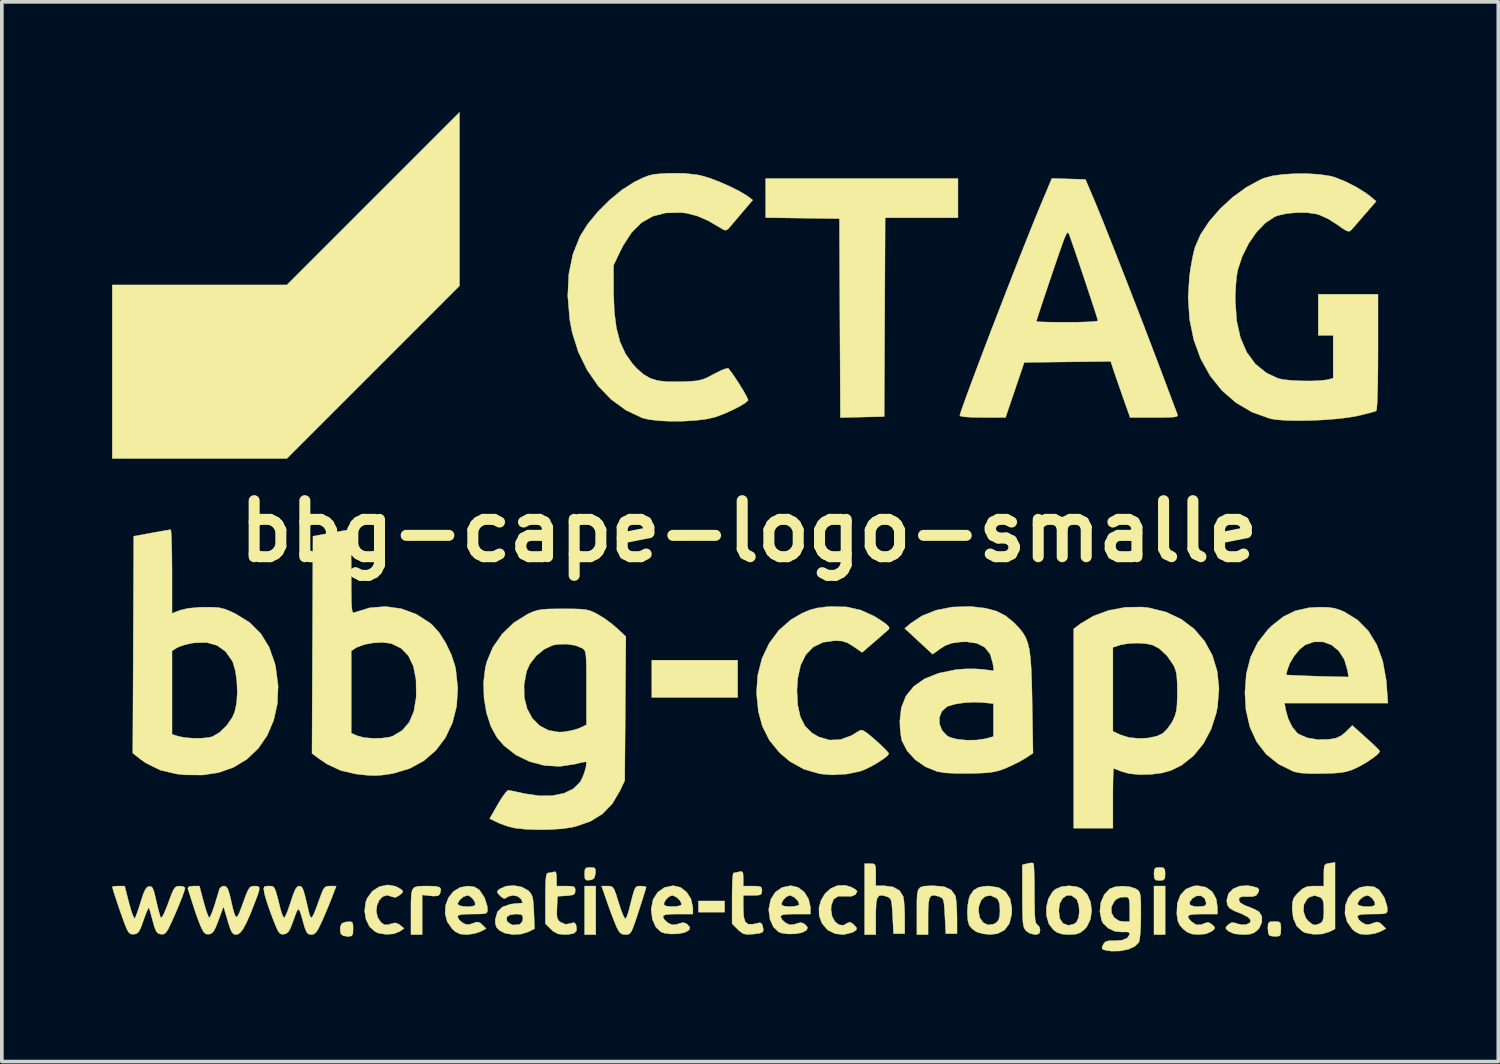
<source format=kicad_pcb>
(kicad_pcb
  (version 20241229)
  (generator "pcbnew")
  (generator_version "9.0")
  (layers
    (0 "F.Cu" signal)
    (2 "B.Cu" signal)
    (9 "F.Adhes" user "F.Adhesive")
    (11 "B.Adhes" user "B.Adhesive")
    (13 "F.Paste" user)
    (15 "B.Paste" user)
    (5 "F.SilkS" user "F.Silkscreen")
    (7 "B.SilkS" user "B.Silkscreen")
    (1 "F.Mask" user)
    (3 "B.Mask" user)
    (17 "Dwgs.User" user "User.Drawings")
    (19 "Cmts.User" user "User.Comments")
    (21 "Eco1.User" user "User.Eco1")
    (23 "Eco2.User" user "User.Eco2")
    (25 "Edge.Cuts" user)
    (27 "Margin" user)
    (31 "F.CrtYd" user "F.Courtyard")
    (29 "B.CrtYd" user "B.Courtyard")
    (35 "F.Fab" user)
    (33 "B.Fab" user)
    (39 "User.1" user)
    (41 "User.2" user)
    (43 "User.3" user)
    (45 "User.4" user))
  (footprint "bbg-cape-logo-smalle"
    (layer "F.Cu")
    (at 17.328 11.409)
    (property "Reference" "bbg-cape-logo-smalle" (at 0 0 0) (layer "F.SilkS") (effects (font (size 1.524 1.524) (thickness 0.3))))
    (attr through_hole)
    (fp_poly (pts (xy -4.166 10.973) (xy -4.47 10.973) (xy -4.47 9.652) (xy -4.166 9.652) (xy -4.166 10.973)) (stroke (width 0.01) (type solid)) (fill yes) (layer "F.SilkS"))
    (fp_poly (pts (xy -0.66 10.363) (xy -1.372 10.363) (xy -1.372 10.058) (xy -0.66 10.058) (xy -0.66 10.363)) (stroke (width 0.01) (type solid)) (fill yes) (layer "F.SilkS"))
    (fp_poly (pts (xy -0.305 4.521) (xy -2.642 4.521) (xy -2.642 3.505) (xy -0.305 3.505) (xy -0.305 4.521)) (stroke (width 0.01) (type solid)) (fill yes) (layer "F.SilkS"))
    (fp_poly (pts (xy 11.328 10.973) (xy 11.024 10.973) (xy 11.024 9.652) (xy 11.328 9.652) (xy 11.328 10.973)) (stroke (width 0.01) (type solid)) (fill yes) (layer "F.SilkS"))
    (fp_poly (pts (xy -7.874 -9.042) (xy -7.874 -6.681) (xy -10.223 -4.331) (xy -12.573 -1.981) (xy -17.323 -1.981) (xy -17.323 -6.706) (xy -12.573 -6.706) (xy -10.224 -9.055) (xy -7.874 -11.404) (xy -7.874 -9.042)) (stroke (width 0.01) (type solid)) (fill yes) (layer "F.SilkS"))
    (fp_poly (pts (xy 5.69 -8.534) (xy 3.709 -8.534) (xy 3.683 -3.124) (xy 3.087 -3.11) (xy 2.49 -3.096) (xy 2.477 -5.802) (xy 2.464 -8.509) (xy 0.457 -8.537) (xy 0.457 -9.601) (xy 5.69 -9.601) (xy 5.69 -8.534)) (stroke (width 0.01) (type solid)) (fill yes) (layer "F.SilkS"))
    (fp_poly (pts (xy 11.278 9.154) (xy 11.32 9.204) (xy 11.328 9.322) (xy 11.32 9.441) (xy 11.277 9.49) (xy 11.176 9.5) (xy 11.074 9.49) (xy 11.032 9.439) (xy 11.024 9.322) (xy 11.032 9.202) (xy 11.075 9.153) (xy 11.176 9.144) (xy 11.278 9.154)) (stroke (width 0.01) (type solid)) (fill yes) (layer "F.SilkS"))
    (fp_poly (pts (xy -4.209 9.153) (xy -4.172 9.202) (xy -4.175 9.309) (xy -4.202 9.428) (xy -4.269 9.479) (xy -4.331 9.49) (xy -4.424 9.492) (xy -4.462 9.447) (xy -4.47 9.331) (xy -4.47 9.325) (xy -4.462 9.204) (xy -4.421 9.154) (xy -4.319 9.144) (xy -4.315 9.144) (xy -4.209 9.153)) (stroke (width 0.01) (type solid)) (fill yes) (layer "F.SilkS"))
    (fp_poly (pts (xy -10.782 10.655) (xy -10.77 10.751) (xy -10.77 10.817) (xy -10.775 10.949) (xy -10.807 11.008) (xy -10.886 11.023) (xy -10.924 11.024) (xy -11.043 11.002) (xy -11.105 10.951) (xy -11.121 10.844) (xy -11.117 10.761) (xy -11.079 10.672) (xy -10.98 10.632) (xy -10.935 10.627) (xy -10.83 10.622) (xy -10.782 10.655)) (stroke (width 0.01) (type solid)) (fill yes) (layer "F.SilkS"))
    (fp_poly (pts (xy 14.414 10.623) (xy 14.465 10.661) (xy 14.478 10.76) (xy 14.478 10.82) (xy 14.472 10.951) (xy 14.439 11.009) (xy 14.36 11.023) (xy 14.334 11.024) (xy 14.218 11.013) (xy 14.156 10.99) (xy 14.133 10.92) (xy 14.122 10.797) (xy 14.122 10.787) (xy 14.131 10.673) (xy 14.177 10.626) (xy 14.292 10.617) (xy 14.3 10.617) (xy 14.414 10.623)) (stroke (width 0.01) (type solid)) (fill yes) (layer "F.SilkS"))
    (fp_poly (pts (xy -8.708 9.652) (xy -8.517 9.659) (xy -8.413 9.686) (xy -8.379 9.744) (xy -8.401 9.845) (xy -8.41 9.87) (xy -8.46 9.916) (xy -8.573 9.926) (xy -8.664 9.918) (xy -8.89 9.893) (xy -8.89 10.973) (xy -9.195 10.973) (xy -9.195 10.343) (xy -9.194 10.067) (xy -9.186 9.876) (xy -9.158 9.754) (xy -9.1 9.687) (xy -9 9.658) (xy -8.847 9.652) (xy -8.708 9.652)) (stroke (width 0.01) (type solid)) (fill yes) (layer "F.SilkS"))
    (fp_poly (pts (xy 7.744 9.031) (xy 7.754 9.089) (xy 7.762 9.231) (xy 7.768 9.438) (xy 7.772 9.694) (xy 7.772 9.865) (xy 7.774 10.176) (xy 7.779 10.4) (xy 7.789 10.551) (xy 7.806 10.642) (xy 7.83 10.688) (xy 7.849 10.7) (xy 7.908 10.768) (xy 7.925 10.851) (xy 7.906 10.94) (xy 7.829 10.971) (xy 7.78 10.973) (xy 7.63 10.933) (xy 7.539 10.866) (xy 7.503 10.817) (xy 7.477 10.752) (xy 7.46 10.654) (xy 7.449 10.508) (xy 7.444 10.297) (xy 7.442 10.004) (xy 7.442 9.917) (xy 7.442 9.075) (xy 7.579 9.039) (xy 7.688 9.021) (xy 7.744 9.031)) (stroke (width 0.01) (type solid)) (fill yes) (layer "F.SilkS"))
    (fp_poly (pts (xy 5.317 9.67) (xy 5.502 9.755) (xy 5.61 9.901) (xy 5.625 9.945) (xy 5.643 10.06) (xy 5.656 10.243) (xy 5.663 10.458) (xy 5.664 10.516) (xy 5.664 10.947) (xy 5.359 10.947) (xy 5.334 10.466) (xy 5.321 10.242) (xy 5.306 10.098) (xy 5.282 10.014) (xy 5.244 9.969) (xy 5.185 9.941) (xy 5.175 9.937) (xy 5.051 9.904) (xy 4.967 9.914) (xy 4.915 9.981) (xy 4.888 10.117) (xy 4.878 10.336) (xy 4.877 10.463) (xy 4.877 10.973) (xy 4.572 10.973) (xy 4.572 10.341) (xy 4.572 10.065) (xy 4.581 9.874) (xy 4.609 9.753) (xy 4.666 9.685) (xy 4.765 9.655) (xy 4.916 9.646) (xy 5.051 9.645) (xy 5.317 9.67)) (stroke (width 0.01) (type solid)) (fill yes) (layer "F.SilkS"))
    (fp_poly (pts (xy 3.387 9.046) (xy 3.432 9.075) (xy 3.451 9.152) (xy 3.454 9.301) (xy 3.454 9.343) (xy 3.454 9.644) (xy 3.685 9.644) (xy 3.926 9.678) (xy 4.101 9.777) (xy 4.199 9.933) (xy 4.202 9.945) (xy 4.22 10.06) (xy 4.234 10.243) (xy 4.241 10.458) (xy 4.241 10.516) (xy 4.242 10.947) (xy 3.937 10.947) (xy 3.912 10.466) (xy 3.898 10.242) (xy 3.883 10.098) (xy 3.86 10.014) (xy 3.821 9.969) (xy 3.762 9.941) (xy 3.752 9.937) (xy 3.629 9.904) (xy 3.545 9.914) (xy 3.492 9.981) (xy 3.465 10.117) (xy 3.455 10.336) (xy 3.454 10.463) (xy 3.454 10.973) (xy 3.15 10.973) (xy 3.15 9.042) (xy 3.302 9.042) (xy 3.387 9.046)) (stroke (width 0.01) (type solid)) (fill yes) (layer "F.SilkS"))
    (fp_poly (pts (xy -9.616 9.657) (xy -9.479 9.731) (xy -9.417 9.785) (xy -9.426 9.83) (xy -9.503 9.898) (xy -9.612 9.962) (xy -9.7 9.946) (xy -9.706 9.943) (xy -9.844 9.901) (xy -9.964 9.939) (xy -10.059 10.038) (xy -10.12 10.178) (xy -10.138 10.338) (xy -10.105 10.498) (xy -10.013 10.638) (xy -10 10.649) (xy -9.91 10.708) (xy -9.808 10.702) (xy -9.751 10.683) (xy -9.627 10.653) (xy -9.531 10.686) (xy -9.492 10.715) (xy -9.382 10.804) (xy -9.503 10.888) (xy -9.664 10.952) (xy -9.87 10.967) (xy -10.073 10.935) (xy -10.166 10.896) (xy -10.32 10.759) (xy -10.419 10.56) (xy -10.456 10.327) (xy -10.425 10.087) (xy -10.384 9.98) (xy -10.245 9.79) (xy -10.054 9.668) (xy -9.836 9.621) (xy -9.616 9.657)) (stroke (width 0.01) (type solid)) (fill yes) (layer "F.SilkS"))
    (fp_poly (pts (xy 2.767 9.673) (xy 2.882 9.733) (xy 2.943 9.786) (xy 2.946 9.796) (xy 2.902 9.884) (xy 2.786 9.932) (xy 2.624 9.929) (xy 2.618 9.928) (xy 2.432 9.928) (xy 2.308 10.008) (xy 2.245 10.169) (xy 2.235 10.295) (xy 2.265 10.479) (xy 2.344 10.621) (xy 2.453 10.706) (xy 2.575 10.72) (xy 2.681 10.659) (xy 2.746 10.631) (xy 2.831 10.681) (xy 2.844 10.692) (xy 2.929 10.785) (xy 2.927 10.847) (xy 2.834 10.906) (xy 2.817 10.914) (xy 2.584 10.973) (xy 2.35 10.95) (xy 2.149 10.851) (xy 2.138 10.842) (xy 1.986 10.661) (xy 1.912 10.455) (xy 1.908 10.242) (xy 1.965 10.037) (xy 2.073 9.857) (xy 2.226 9.719) (xy 2.412 9.638) (xy 2.624 9.632) (xy 2.767 9.673)) (stroke (width 0.01) (type solid)) (fill yes) (layer "F.SilkS"))
    (fp_poly (pts (xy -5.237 9.327) (xy -5.232 9.443) (xy -5.232 9.652) (xy -4.978 9.652) (xy -4.828 9.656) (xy -4.752 9.677) (xy -4.727 9.728) (xy -4.724 9.776) (xy -4.735 9.852) (xy -4.784 9.892) (xy -4.898 9.911) (xy -4.966 9.916) (xy -5.207 9.931) (xy -5.222 10.246) (xy -5.226 10.424) (xy -5.213 10.53) (xy -5.173 10.596) (xy -5.115 10.641) (xy -4.985 10.694) (xy -4.859 10.671) (xy -4.76 10.645) (xy -4.713 10.686) (xy -4.693 10.751) (xy -4.688 10.866) (xy -4.753 10.935) (xy -4.898 10.967) (xy -5.02 10.972) (xy -5.191 10.955) (xy -5.321 10.886) (xy -5.389 10.824) (xy -5.537 10.676) (xy -5.537 9.986) (xy -5.535 9.702) (xy -5.529 9.505) (xy -5.516 9.381) (xy -5.496 9.316) (xy -5.467 9.296) (xy -5.465 9.296) (xy -5.353 9.279) (xy -5.313 9.266) (xy -5.261 9.264) (xy -5.237 9.327)) (stroke (width 0.01) (type solid)) (fill yes) (layer "F.SilkS"))
    (fp_poly (pts (xy -0.161 9.293) (xy -0.153 9.403) (xy -0.152 9.443) (xy -0.152 9.652) (xy 0.102 9.652) (xy 0.252 9.656) (xy 0.328 9.677) (xy 0.353 9.728) (xy 0.356 9.779) (xy 0.347 9.854) (xy 0.305 9.892) (xy 0.204 9.905) (xy 0.102 9.906) (xy -0.152 9.906) (xy -0.152 10.26) (xy -0.14 10.488) (xy -0.097 10.628) (xy -0.013 10.691) (xy 0.121 10.689) (xy 0.192 10.671) (xy 0.302 10.649) (xy 0.354 10.682) (xy 0.379 10.755) (xy 0.396 10.851) (xy 0.373 10.907) (xy 0.291 10.938) (xy 0.129 10.959) (xy 0.105 10.961) (xy -0.055 10.969) (xy -0.161 10.945) (xy -0.257 10.875) (xy -0.302 10.831) (xy -0.457 10.676) (xy -0.457 9.986) (xy -0.455 9.735) (xy -0.447 9.524) (xy -0.437 9.373) (xy -0.423 9.3) (xy -0.419 9.296) (xy -0.344 9.283) (xy -0.267 9.264) (xy -0.194 9.254) (xy -0.161 9.293)) (stroke (width 0.01) (type solid)) (fill yes) (layer "F.SilkS"))
    (fp_poly (pts (xy 6.797 9.692) (xy 6.986 9.808) (xy 7.107 9.996) (xy 7.156 10.252) (xy 7.15 10.424) (xy 7.088 10.674) (xy 6.957 10.85) (xy 6.761 10.949) (xy 6.565 10.971) (xy 6.387 10.953) (xy 6.228 10.912) (xy 6.186 10.894) (xy 6.068 10.808) (xy 5.996 10.721) (xy 5.958 10.585) (xy 5.945 10.392) (xy 5.948 10.324) (xy 6.248 10.324) (xy 6.284 10.514) (xy 6.377 10.647) (xy 6.508 10.709) (xy 6.66 10.689) (xy 6.734 10.647) (xy 6.798 10.571) (xy 6.827 10.448) (xy 6.833 10.312) (xy 6.822 10.135) (xy 6.783 10.028) (xy 6.734 9.978) (xy 6.576 9.909) (xy 6.434 9.932) (xy 6.323 10.033) (xy 6.259 10.204) (xy 6.248 10.324) (xy 5.948 10.324) (xy 5.955 10.181) (xy 5.988 9.995) (xy 6.02 9.905) (xy 6.119 9.765) (xy 6.253 9.686) (xy 6.448 9.654) (xy 6.543 9.652) (xy 6.797 9.692)) (stroke (width 0.01) (type solid)) (fill yes) (layer "F.SilkS"))
    (fp_poly (pts (xy 8.926 9.671) (xy 9.059 9.727) (xy 9.208 9.881) (xy 9.299 10.09) (xy 9.328 10.326) (xy 9.294 10.559) (xy 9.195 10.762) (xy 9.134 10.83) (xy 9.02 10.919) (xy 8.899 10.961) (xy 8.725 10.973) (xy 8.711 10.973) (xy 8.521 10.96) (xy 8.386 10.914) (xy 8.287 10.844) (xy 8.162 10.678) (xy 8.099 10.461) (xy 8.097 10.317) (xy 8.433 10.317) (xy 8.46 10.533) (xy 8.544 10.666) (xy 8.686 10.718) (xy 8.712 10.719) (xy 8.842 10.686) (xy 8.912 10.639) (xy 8.969 10.523) (xy 8.992 10.355) (xy 8.979 10.178) (xy 8.932 10.034) (xy 8.908 9.999) (xy 8.777 9.909) (xy 8.648 9.909) (xy 8.537 9.986) (xy 8.459 10.131) (xy 8.433 10.317) (xy 8.097 10.317) (xy 8.096 10.224) (xy 8.151 9.997) (xy 8.264 9.808) (xy 8.336 9.741) (xy 8.505 9.668) (xy 8.716 9.645) (xy 8.926 9.671)) (stroke (width 0.01) (type solid)) (fill yes) (layer "F.SilkS"))
    (fp_poly (pts (xy -2.944 9.652) (xy -2.838 9.66) (xy -2.794 9.68) (xy -2.794 9.68) (xy -2.809 9.736) (xy -2.85 9.869) (xy -2.91 10.061) (xy -2.985 10.294) (xy -3 10.34) (xy -3.084 10.597) (xy -3.147 10.773) (xy -3.195 10.883) (xy -3.239 10.943) (xy -3.286 10.968) (xy -3.346 10.973) (xy -3.357 10.973) (xy -3.454 10.96) (xy -3.522 10.908) (xy -3.588 10.79) (xy -3.614 10.732) (xy -3.682 10.566) (xy -3.765 10.346) (xy -3.848 10.115) (xy -3.863 10.071) (xy -4.007 9.652) (xy -3.844 9.652) (xy -3.767 9.656) (xy -3.712 9.679) (xy -3.668 9.739) (xy -3.621 9.856) (xy -3.561 10.047) (xy -3.541 10.111) (xy -3.477 10.306) (xy -3.418 10.454) (xy -3.374 10.535) (xy -3.358 10.544) (xy -3.321 10.483) (xy -3.277 10.357) (xy -3.255 10.275) (xy -3.191 10.018) (xy -3.144 9.844) (xy -3.107 9.736) (xy -3.071 9.679) (xy -3.028 9.656) (xy -2.97 9.652) (xy -2.944 9.652)) (stroke (width 0.01) (type solid)) (fill yes) (layer "F.SilkS"))
    (fp_poly (pts (xy 15.951 10.818) (xy 15.801 10.895) (xy 15.602 10.956) (xy 15.369 10.966) (xy 15.151 10.926) (xy 15.076 10.893) (xy 14.912 10.748) (xy 14.814 10.529) (xy 14.792 10.342) (xy 15.091 10.342) (xy 15.153 10.519) (xy 15.212 10.594) (xy 15.329 10.691) (xy 15.427 10.713) (xy 15.548 10.666) (xy 15.548 10.666) (xy 15.605 10.616) (xy 15.636 10.527) (xy 15.646 10.371) (xy 15.646 10.312) (xy 15.64 10.133) (xy 15.616 10.028) (xy 15.567 9.97) (xy 15.548 9.959) (xy 15.389 9.909) (xy 15.252 9.954) (xy 15.189 10.008) (xy 15.102 10.16) (xy 15.091 10.342) (xy 14.792 10.342) (xy 14.783 10.259) (xy 14.792 10.089) (xy 14.832 9.971) (xy 14.923 9.857) (xy 14.956 9.825) (xy 15.077 9.718) (xy 15.19 9.667) (xy 15.345 9.652) (xy 15.387 9.652) (xy 15.646 9.652) (xy 15.646 9.353) (xy 15.649 9.186) (xy 15.665 9.094) (xy 15.706 9.052) (xy 15.786 9.033) (xy 15.799 9.032) (xy 15.951 9.009) (xy 15.951 10.818)) (stroke (width 0.01) (type solid)) (fill yes) (layer "F.SilkS"))
    (fp_poly (pts (xy 12.439 9.685) (xy 12.611 9.808) (xy 12.718 10.002) (xy 12.751 10.234) (xy 12.751 10.414) (xy 12.344 10.414) (xy 12.123 10.419) (xy 11.994 10.439) (xy 11.948 10.479) (xy 11.976 10.546) (xy 12.04 10.617) (xy 12.173 10.706) (xy 12.318 10.701) (xy 12.403 10.664) (xy 12.501 10.638) (xy 12.596 10.691) (xy 12.607 10.701) (xy 12.675 10.77) (xy 12.668 10.819) (xy 12.597 10.883) (xy 12.438 10.953) (xy 12.238 10.973) (xy 12.058 10.958) (xy 11.924 10.903) (xy 11.829 10.829) (xy 11.729 10.723) (xy 11.675 10.606) (xy 11.648 10.436) (xy 11.645 10.405) (xy 11.658 10.125) (xy 11.669 10.094) (xy 11.99 10.094) (xy 12.007 10.168) (xy 12.118 10.206) (xy 12.217 10.211) (xy 12.362 10.203) (xy 12.43 10.174) (xy 12.446 10.119) (xy 12.406 9.991) (xy 12.307 9.92) (xy 12.181 9.919) (xy 12.069 9.986) (xy 11.99 10.094) (xy 11.669 10.094) (xy 11.742 9.899) (xy 11.89 9.738) (xy 12.093 9.653) (xy 12.21 9.642) (xy 12.439 9.685)) (stroke (width 0.01) (type solid)) (fill yes) (layer "F.SilkS"))
    (fp_poly (pts (xy 13.709 9.662) (xy 13.835 9.7) (xy 13.882 9.74) (xy 13.87 9.806) (xy 13.859 9.83) (xy 13.81 9.903) (xy 13.729 9.935) (xy 13.582 9.939) (xy 13.57 9.939) (xy 13.425 9.94) (xy 13.355 9.963) (xy 13.335 10.018) (xy 13.335 10.029) (xy 13.369 10.105) (xy 13.483 10.173) (xy 13.57 10.206) (xy 13.727 10.269) (xy 13.853 10.333) (xy 13.887 10.357) (xy 13.959 10.477) (xy 13.96 10.633) (xy 13.894 10.789) (xy 13.845 10.848) (xy 13.747 10.925) (xy 13.627 10.963) (xy 13.447 10.973) (xy 13.445 10.973) (xy 13.214 10.952) (xy 13.064 10.888) (xy 13.057 10.883) (xy 12.982 10.814) (xy 12.983 10.765) (xy 13.045 10.703) (xy 13.138 10.644) (xy 13.237 10.657) (xy 13.274 10.673) (xy 13.422 10.706) (xy 13.538 10.698) (xy 13.641 10.647) (xy 13.652 10.575) (xy 13.576 10.494) (xy 13.418 10.411) (xy 13.386 10.399) (xy 13.193 10.321) (xy 13.078 10.25) (xy 13.022 10.169) (xy 13.005 10.058) (xy 13.005 10.035) (xy 13.05 9.861) (xy 13.172 9.731) (xy 13.353 9.653) (xy 13.575 9.639) (xy 13.709 9.662)) (stroke (width 0.01) (type solid)) (fill yes) (layer "F.SilkS"))
    (fp_poly (pts (xy -1.859 9.689) (xy -1.694 9.816) (xy -1.576 10.002) (xy -1.525 10.226) (xy -1.524 10.259) (xy -1.524 10.414) (xy -1.93 10.414) (xy -2.14 10.418) (xy -2.265 10.431) (xy -2.325 10.457) (xy -2.337 10.489) (xy -2.298 10.568) (xy -2.205 10.651) (xy -2.089 10.706) (xy -1.976 10.698) (xy -1.916 10.678) (xy -1.793 10.645) (xy -1.708 10.669) (xy -1.665 10.704) (xy -1.603 10.775) (xy -1.619 10.833) (xy -1.647 10.863) (xy -1.758 10.92) (xy -1.929 10.951) (xy -2.122 10.957) (xy -2.298 10.934) (xy -2.393 10.9) (xy -2.533 10.766) (xy -2.624 10.562) (xy -2.658 10.313) (xy -2.657 10.271) (xy -2.625 10.114) (xy -2.309 10.114) (xy -2.306 10.168) (xy -2.243 10.198) (xy -2.125 10.211) (xy -1.992 10.207) (xy -1.881 10.188) (xy -1.829 10.155) (xy -1.829 10.151) (xy -1.87 10.051) (xy -1.965 9.957) (xy -2.072 9.907) (xy -2.088 9.906) (xy -2.175 9.941) (xy -2.259 10.023) (xy -2.309 10.114) (xy -2.625 10.114) (xy -2.606 10.018) (xy -2.481 9.82) (xy -2.296 9.69) (xy -2.063 9.642) (xy -2.055 9.642) (xy -1.859 9.689)) (stroke (width 0.01) (type solid)) (fill yes) (layer "F.SilkS"))
    (fp_poly (pts (xy 1.341 9.689) (xy 1.507 9.816) (xy 1.624 10.002) (xy 1.676 10.226) (xy 1.676 10.259) (xy 1.676 10.414) (xy 1.27 10.414) (xy 1.061 10.418) (xy 0.935 10.431) (xy 0.876 10.457) (xy 0.864 10.489) (xy 0.903 10.568) (xy 0.996 10.651) (xy 1.111 10.706) (xy 1.224 10.698) (xy 1.285 10.678) (xy 1.407 10.645) (xy 1.492 10.669) (xy 1.535 10.704) (xy 1.597 10.775) (xy 1.581 10.833) (xy 1.554 10.863) (xy 1.443 10.92) (xy 1.272 10.951) (xy 1.078 10.957) (xy 0.902 10.934) (xy 0.807 10.9) (xy 0.668 10.766) (xy 0.576 10.562) (xy 0.542 10.313) (xy 0.543 10.271) (xy 0.575 10.114) (xy 0.891 10.114) (xy 0.894 10.168) (xy 0.958 10.198) (xy 1.075 10.211) (xy 1.208 10.207) (xy 1.32 10.188) (xy 1.371 10.155) (xy 1.372 10.151) (xy 1.331 10.051) (xy 1.236 9.957) (xy 1.128 9.907) (xy 1.113 9.906) (xy 1.025 9.941) (xy 0.941 10.023) (xy 0.891 10.114) (xy 0.575 10.114) (xy 0.594 10.018) (xy 0.719 9.82) (xy 0.904 9.69) (xy 1.137 9.642) (xy 1.145 9.642) (xy 1.341 9.689)) (stroke (width 0.01) (type solid)) (fill yes) (layer "F.SilkS"))
    (fp_poly (pts (xy -7.47 9.674) (xy -7.344 9.75) (xy -7.327 9.766) (xy -7.194 9.966) (xy -7.12 10.197) (xy -7.112 10.29) (xy -7.117 10.352) (xy -7.145 10.388) (xy -7.217 10.407) (xy -7.353 10.413) (xy -7.518 10.414) (xy -7.728 10.418) (xy -7.853 10.431) (xy -7.913 10.457) (xy -7.925 10.489) (xy -7.886 10.569) (xy -7.798 10.647) (xy -7.69 10.7) (xy -7.586 10.693) (xy -7.514 10.666) (xy -7.398 10.629) (xy -7.319 10.65) (xy -7.254 10.706) (xy -7.15 10.811) (xy -7.306 10.892) (xy -7.459 10.944) (xy -7.644 10.971) (xy -7.69 10.973) (xy -7.86 10.957) (xy -7.987 10.894) (xy -8.069 10.821) (xy -8.207 10.623) (xy -8.266 10.403) (xy -8.253 10.179) (xy -8.24 10.142) (xy -7.925 10.142) (xy -7.881 10.181) (xy -7.773 10.206) (xy -7.641 10.213) (xy -7.52 10.203) (xy -7.449 10.171) (xy -7.447 10.168) (xy -7.452 10.094) (xy -7.512 10.001) (xy -7.596 9.927) (xy -7.657 9.906) (xy -7.765 9.942) (xy -7.867 10.027) (xy -7.923 10.125) (xy -7.925 10.142) (xy -8.24 10.142) (xy -8.176 9.972) (xy -8.042 9.802) (xy -7.857 9.689) (xy -7.65 9.652) (xy -7.47 9.674)) (stroke (width 0.01) (type solid)) (fill yes) (layer "F.SilkS"))
    (fp_poly (pts (xy -6.178 9.678) (xy -6.008 9.772) (xy -5.994 9.784) (xy -5.932 9.855) (xy -5.892 9.938) (xy -5.869 10.058) (xy -5.855 10.242) (xy -5.85 10.36) (xy -5.832 10.813) (xy -5.987 10.893) (xy -6.189 10.958) (xy -6.417 10.972) (xy -6.631 10.937) (xy -6.778 10.865) (xy -6.868 10.774) (xy -6.901 10.667) (xy -6.899 10.553) (xy -6.884 10.502) (xy -6.591 10.502) (xy -6.584 10.597) (xy -6.553 10.643) (xy -6.434 10.712) (xy -6.271 10.703) (xy -6.227 10.688) (xy -6.165 10.619) (xy -6.147 10.536) (xy -6.159 10.457) (xy -6.213 10.422) (xy -6.339 10.414) (xy -6.352 10.414) (xy -6.511 10.438) (xy -6.591 10.502) (xy -6.884 10.502) (xy -6.843 10.356) (xy -6.707 10.221) (xy -6.491 10.146) (xy -6.397 10.134) (xy -6.258 10.121) (xy -6.171 10.113) (xy -6.158 10.112) (xy -6.167 10.072) (xy -6.198 10.008) (xy -6.289 9.931) (xy -6.423 9.906) (xy -6.553 9.937) (xy -6.594 9.968) (xy -6.656 9.996) (xy -6.734 9.949) (xy -6.768 9.917) (xy -6.841 9.837) (xy -6.845 9.788) (xy -6.782 9.732) (xy -6.78 9.73) (xy -6.605 9.654) (xy -6.391 9.638) (xy -6.178 9.678)) (stroke (width 0.01) (type solid)) (fill yes) (layer "F.SilkS"))
    (fp_poly (pts (xy 17.016 9.674) (xy 17.142 9.75) (xy 17.158 9.766) (xy 17.292 9.966) (xy 17.366 10.197) (xy 17.374 10.29) (xy 17.369 10.352) (xy 17.341 10.388) (xy 17.269 10.407) (xy 17.132 10.413) (xy 16.967 10.414) (xy 16.758 10.418) (xy 16.632 10.431) (xy 16.573 10.457) (xy 16.561 10.489) (xy 16.6 10.569) (xy 16.688 10.647) (xy 16.796 10.7) (xy 16.9 10.693) (xy 16.971 10.666) (xy 17.088 10.629) (xy 17.167 10.65) (xy 17.231 10.706) (xy 17.336 10.811) (xy 17.18 10.892) (xy 17.027 10.944) (xy 16.842 10.971) (xy 16.796 10.973) (xy 16.625 10.957) (xy 16.498 10.894) (xy 16.417 10.821) (xy 16.279 10.623) (xy 16.22 10.403) (xy 16.232 10.179) (xy 16.246 10.142) (xy 16.561 10.142) (xy 16.605 10.181) (xy 16.712 10.206) (xy 16.845 10.213) (xy 16.966 10.203) (xy 17.036 10.171) (xy 17.038 10.168) (xy 17.033 10.094) (xy 16.974 10.001) (xy 16.89 9.927) (xy 16.829 9.906) (xy 16.721 9.942) (xy 16.619 10.027) (xy 16.563 10.125) (xy 16.561 10.142) (xy 16.246 10.142) (xy 16.309 9.972) (xy 16.444 9.802) (xy 16.628 9.689) (xy 16.835 9.652) (xy 17.016 9.674)) (stroke (width 0.01) (type solid)) (fill yes) (layer "F.SilkS"))
    (fp_poly (pts (xy 10.364 9.671) (xy 10.527 9.724) (xy 10.543 9.734) (xy 10.595 9.772) (xy 10.63 9.819) (xy 10.652 9.893) (xy 10.663 10.013) (xy 10.667 10.198) (xy 10.668 10.449) (xy 10.664 10.709) (xy 10.652 10.933) (xy 10.634 11.1) (xy 10.613 11.184) (xy 10.503 11.293) (xy 10.322 11.374) (xy 10.099 11.419) (xy 9.86 11.423) (xy 9.69 11.395) (xy 9.617 11.366) (xy 9.611 11.313) (xy 9.653 11.225) (xy 9.708 11.165) (xy 9.807 11.14) (xy 9.95 11.14) (xy 10.156 11.125) (xy 10.298 11.066) (xy 10.361 10.968) (xy 10.363 10.946) (xy 10.326 10.904) (xy 10.206 10.901) (xy 10.173 10.904) (xy 9.968 10.887) (xy 9.778 10.799) (xy 9.637 10.66) (xy 9.6 10.588) (xy 9.551 10.344) (xy 9.565 10.224) (xy 9.864 10.224) (xy 9.869 10.383) (xy 9.946 10.518) (xy 10.083 10.602) (xy 10.188 10.617) (xy 10.363 10.617) (xy 10.363 10.287) (xy 10.359 10.105) (xy 10.343 10.003) (xy 10.309 9.959) (xy 10.274 9.951) (xy 10.111 9.956) (xy 9.999 10.012) (xy 9.944 10.067) (xy 9.864 10.224) (xy 9.565 10.224) (xy 9.578 10.099) (xy 9.673 9.882) (xy 9.815 9.731) (xy 9.963 9.674) (xy 10.161 9.654) (xy 10.364 9.671)) (stroke (width 0.01) (type solid)) (fill yes) (layer "F.SilkS"))
    (fp_poly (pts (xy -14.837 10.084) (xy -14.782 10.276) (xy -14.731 10.425) (xy -14.694 10.506) (xy -14.683 10.516) (xy -14.651 10.471) (xy -14.601 10.352) (xy -14.543 10.183) (xy -14.532 10.147) (xy -14.475 9.961) (xy -14.429 9.809) (xy -14.402 9.721) (xy -14.4 9.716) (xy -14.339 9.663) (xy -14.28 9.652) (xy -14.223 9.67) (xy -14.177 9.736) (xy -14.133 9.871) (xy -14.102 10) (xy -14.042 10.26) (xy -13.995 10.424) (xy -13.955 10.495) (xy -13.913 10.475) (xy -13.86 10.368) (xy -13.788 10.177) (xy -13.768 10.119) (xy -13.689 9.904) (xy -13.631 9.768) (xy -13.582 9.692) (xy -13.529 9.659) (xy -13.462 9.652) (xy -13.455 9.652) (xy -13.37 9.657) (xy -13.326 9.684) (xy -13.323 9.752) (xy -13.36 9.878) (xy -13.432 10.07) (xy -13.563 10.404) (xy -13.672 10.65) (xy -13.763 10.82) (xy -13.842 10.922) (xy -13.914 10.968) (xy -13.948 10.973) (xy -14.013 10.962) (xy -14.063 10.918) (xy -14.11 10.82) (xy -14.167 10.647) (xy -14.183 10.591) (xy -14.296 10.208) (xy -14.431 10.578) (xy -14.506 10.77) (xy -14.567 10.885) (xy -14.626 10.943) (xy -14.693 10.963) (xy -14.774 10.958) (xy -14.835 10.907) (xy -14.899 10.786) (xy -14.922 10.734) (xy -14.974 10.604) (xy -15.03 10.452) (xy -15.095 10.258) (xy -15.177 10.003) (xy -15.268 9.716) (xy -15.24 9.668) (xy -15.119 9.652) (xy -14.951 9.652) (xy -14.837 10.084)) (stroke (width 0.01) (type solid)) (fill yes) (layer "F.SilkS"))
    (fp_poly (pts (xy 2.656 2.056) (xy 3.04 2.141) (xy 3.409 2.308) (xy 3.578 2.413) (xy 3.73 2.52) (xy 3.807 2.591) (xy 3.82 2.641) (xy 3.801 2.669) (xy 3.733 2.731) (xy 3.61 2.838) (xy 3.457 2.972) (xy 3.408 3.014) (xy 3.082 3.295) (xy 2.849 3.134) (xy 2.684 3.033) (xy 2.535 2.985) (xy 2.347 2.975) (xy 2.337 2.975) (xy 2.015 3.02) (xy 1.753 3.148) (xy 1.55 3.356) (xy 1.408 3.644) (xy 1.328 4.01) (xy 1.309 4.335) (xy 1.331 4.733) (xy 1.402 5.051) (xy 1.527 5.297) (xy 1.711 5.483) (xy 1.903 5.594) (xy 2.195 5.679) (xy 2.49 5.667) (xy 2.792 5.557) (xy 3.005 5.426) (xy 3.056 5.407) (xy 3.124 5.427) (xy 3.225 5.495) (xy 3.376 5.621) (xy 3.45 5.685) (xy 3.606 5.828) (xy 3.728 5.948) (xy 3.799 6.029) (xy 3.81 6.05) (xy 3.768 6.108) (xy 3.658 6.195) (xy 3.504 6.295) (xy 3.33 6.395) (xy 3.16 6.478) (xy 3.029 6.528) (xy 2.661 6.605) (xy 2.269 6.628) (xy 1.933 6.599) (xy 1.499 6.474) (xy 1.109 6.256) (xy 0.835 6.023) (xy 0.559 5.685) (xy 0.366 5.301) (xy 0.258 4.9) (xy 0.207 4.394) (xy 0.242 3.91) (xy 0.358 3.458) (xy 0.55 3.05) (xy 0.813 2.695) (xy 1.143 2.405) (xy 1.45 2.227) (xy 1.662 2.138) (xy 1.86 2.085) (xy 2.092 2.055) (xy 2.226 2.046) (xy 2.656 2.056)) (stroke (width 0.01) (type solid)) (fill yes) (layer "F.SilkS"))
    (fp_poly (pts (xy 10.885 2.08) (xy 11.356 2.197) (xy 11.77 2.393) (xy 12.121 2.66) (xy 12.403 2.99) (xy 12.613 3.375) (xy 12.744 3.806) (xy 12.793 4.277) (xy 12.752 4.778) (xy 12.72 4.943) (xy 12.578 5.386) (xy 12.368 5.779) (xy 12.097 6.109) (xy 11.776 6.364) (xy 11.493 6.505) (xy 11.235 6.576) (xy 10.934 6.614) (xy 10.626 6.62) (xy 10.346 6.592) (xy 10.141 6.535) (xy 10.015 6.483) (xy 9.936 6.454) (xy 9.925 6.452) (xy 9.919 6.5) (xy 9.913 6.632) (xy 9.909 6.832) (xy 9.906 7.083) (xy 9.906 7.264) (xy 9.906 8.077) (xy 8.839 8.077) (xy 8.839 3.157) (xy 9.906 3.157) (xy 9.906 5.441) (xy 10.122 5.541) (xy 10.343 5.609) (xy 10.604 5.635) (xy 10.87 5.623) (xy 11.107 5.572) (xy 11.261 5.499) (xy 11.379 5.383) (xy 11.496 5.222) (xy 11.54 5.143) (xy 11.596 5.015) (xy 11.631 4.886) (xy 11.65 4.728) (xy 11.658 4.512) (xy 11.659 4.369) (xy 11.655 4.112) (xy 11.643 3.929) (xy 11.617 3.795) (xy 11.575 3.683) (xy 11.549 3.632) (xy 11.377 3.383) (xy 11.169 3.191) (xy 10.998 3.098) (xy 10.814 3.056) (xy 10.576 3.041) (xy 10.328 3.052) (xy 10.116 3.089) (xy 10.087 3.098) (xy 9.906 3.157) (xy 8.839 3.157) (xy 8.839 2.654) (xy 9.018 2.517) (xy 9.376 2.303) (xy 9.792 2.151) (xy 10.241 2.067) (xy 10.697 2.059) (xy 10.885 2.08)) (stroke (width 0.01) (type solid)) (fill yes) (layer "F.SilkS"))
    (fp_poly (pts (xy -15.724 0.000209) (xy -15.715 0.135) (xy -15.707 0.342) (xy -15.701 0.609) (xy -15.698 0.92) (xy -15.697 1.09) (xy -15.697 2.231) (xy -15.481 2.148) (xy -15.264 2.095) (xy -14.964 2.067) (xy -14.802 2.063) (xy -14.572 2.065) (xy -14.406 2.079) (xy -14.263 2.114) (xy -14.107 2.177) (xy -13.954 2.251) (xy -13.579 2.485) (xy -13.282 2.782) (xy -13.057 3.146) (xy -12.903 3.581) (xy -12.875 3.702) (xy -12.81 4.205) (xy -12.83 4.688) (xy -12.93 5.141) (xy -13.106 5.551) (xy -13.352 5.91) (xy -13.665 6.206) (xy -14.033 6.426) (xy -14.43 6.565) (xy -14.861 6.631) (xy -15.342 6.626) (xy -15.581 6.601) (xy -16.02 6.496) (xy -16.413 6.303) (xy -16.565 6.194) (xy -16.765 6.036) (xy -16.752 3.254) (xy -15.697 3.254) (xy -15.697 5.523) (xy -15.532 5.575) (xy -15.353 5.612) (xy -15.126 5.63) (xy -14.892 5.629) (xy -14.691 5.609) (xy -14.596 5.585) (xy -14.399 5.469) (xy -14.21 5.285) (xy -14.058 5.066) (xy -13.991 4.913) (xy -13.94 4.674) (xy -13.921 4.385) (xy -13.933 4.081) (xy -13.973 3.797) (xy -14.039 3.568) (xy -14.061 3.523) (xy -14.24 3.27) (xy -14.471 3.104) (xy -14.753 3.025) (xy -15.089 3.033) (xy -15.153 3.043) (xy -15.339 3.085) (xy -15.501 3.138) (xy -15.577 3.175) (xy -15.697 3.254) (xy -16.752 3.254) (xy -16.752 3.084) (xy -16.739 0.132) (xy -16.256 0.044) (xy -16.045 0.006) (xy -15.872 -0.024) (xy -15.761 -0.043) (xy -15.735 -0.047) (xy -15.724 0.000209)) (stroke (width 0.01) (type solid)) (fill yes) (layer "F.SilkS"))
    (fp_poly (pts (xy -11.349 9.97) (xy -11.437 10.19) (xy -11.543 10.442) (xy -11.626 10.63) (xy -11.713 10.811) (xy -11.781 10.916) (xy -11.845 10.963) (xy -11.907 10.973) (xy -11.981 10.96) (xy -12.034 10.908) (xy -12.081 10.793) (xy -12.115 10.681) (xy -12.178 10.453) (xy -12.223 10.321) (xy -12.259 10.28) (xy -12.298 10.329) (xy -12.351 10.466) (xy -12.406 10.619) (xy -12.475 10.798) (xy -12.533 10.901) (xy -12.596 10.949) (xy -12.654 10.963) (xy -12.717 10.963) (xy -12.768 10.936) (xy -12.817 10.865) (xy -12.877 10.734) (xy -12.96 10.524) (xy -12.967 10.506) (xy -13.05 10.279) (xy -13.121 10.067) (xy -13.17 9.9) (xy -13.184 9.842) (xy -13.202 9.719) (xy -13.181 9.665) (xy -13.103 9.652) (xy -13.063 9.652) (xy -12.996 9.653) (xy -12.947 9.666) (xy -12.909 9.708) (xy -12.873 9.795) (xy -12.831 9.941) (xy -12.775 10.164) (xy -12.747 10.274) (xy -12.705 10.414) (xy -12.663 10.501) (xy -12.645 10.516) (xy -12.612 10.47) (xy -12.559 10.35) (xy -12.497 10.175) (xy -12.467 10.084) (xy -12.395 9.867) (xy -12.336 9.733) (xy -12.284 9.667) (xy -12.239 9.652) (xy -12.196 9.658) (xy -12.16 9.688) (xy -12.127 9.756) (xy -12.089 9.879) (xy -12.041 10.073) (xy -11.987 10.305) (xy -11.954 10.438) (xy -11.923 10.505) (xy -11.888 10.501) (xy -11.841 10.42) (xy -11.774 10.254) (xy -11.699 10.046) (xy -11.628 9.852) (xy -11.575 9.735) (xy -11.525 9.676) (xy -11.463 9.655) (xy -11.393 9.652) (xy -11.228 9.652) (xy -11.349 9.97)) (stroke (width 0.01) (type solid)) (fill yes) (layer "F.SilkS"))
    (fp_poly (pts (xy -16.868 10.112) (xy -16.813 10.306) (xy -16.763 10.45) (xy -16.724 10.526) (xy -16.71 10.531) (xy -16.678 10.466) (xy -16.628 10.329) (xy -16.568 10.147) (xy -16.549 10.084) (xy -16.481 9.874) (xy -16.424 9.745) (xy -16.369 9.68) (xy -16.322 9.662) (xy -16.266 9.665) (xy -16.225 9.707) (xy -16.187 9.805) (xy -16.143 9.98) (xy -16.129 10.043) (xy -16.083 10.239) (xy -16.041 10.4) (xy -16.009 10.498) (xy -16.004 10.508) (xy -15.971 10.498) (xy -15.914 10.397) (xy -15.837 10.213) (xy -15.801 10.114) (xy -15.722 9.901) (xy -15.664 9.765) (xy -15.614 9.691) (xy -15.561 9.659) (xy -15.493 9.652) (xy -15.488 9.652) (xy -15.383 9.667) (xy -15.342 9.701) (xy -15.362 9.784) (xy -15.417 9.939) (xy -15.499 10.147) (xy -15.6 10.387) (xy -15.709 10.632) (xy -15.794 10.81) (xy -15.858 10.913) (xy -15.916 10.958) (xy -15.984 10.964) (xy -15.997 10.963) (xy -16.072 10.942) (xy -16.126 10.886) (xy -16.173 10.771) (xy -16.215 10.626) (xy -16.262 10.451) (xy -16.301 10.312) (xy -16.321 10.245) (xy -16.344 10.261) (xy -16.39 10.355) (xy -16.448 10.509) (xy -16.467 10.566) (xy -16.536 10.76) (xy -16.59 10.877) (xy -16.645 10.937) (xy -16.712 10.961) (xy -16.728 10.963) (xy -16.822 10.958) (xy -16.887 10.9) (xy -16.944 10.785) (xy -16.987 10.674) (xy -17.048 10.507) (xy -17.118 10.309) (xy -17.188 10.102) (xy -17.251 9.913) (xy -17.298 9.764) (xy -17.322 9.681) (xy -17.323 9.673) (xy -17.278 9.659) (xy -17.169 9.652) (xy -17.155 9.652) (xy -16.986 9.652) (xy -16.868 10.112)) (stroke (width 0.01) (type solid)) (fill yes) (layer "F.SilkS"))
    (fp_poly (pts (xy -10.848 0.000221) (xy -10.838 0.135) (xy -10.83 0.343) (xy -10.824 0.609) (xy -10.821 0.921) (xy -10.82 1.098) (xy -10.82 1.468) (xy -10.818 1.748) (xy -10.814 1.95) (xy -10.806 2.086) (xy -10.793 2.167) (xy -10.776 2.206) (xy -10.752 2.214) (xy -10.732 2.207) (xy -10.313 2.079) (xy -9.883 2.046) (xy -9.456 2.105) (xy -9.051 2.254) (xy -8.681 2.491) (xy -8.616 2.546) (xy -8.428 2.755) (xy -8.251 3.033) (xy -8.101 3.344) (xy -7.997 3.657) (xy -7.976 3.753) (xy -7.921 4.273) (xy -7.953 4.761) (xy -8.066 5.209) (xy -8.255 5.611) (xy -8.515 5.957) (xy -8.841 6.241) (xy -9.228 6.453) (xy -9.672 6.587) (xy -9.754 6.601) (xy -9.972 6.632) (xy -10.156 6.645) (xy -10.345 6.64) (xy -10.577 6.617) (xy -10.704 6.601) (xy -11.107 6.508) (xy -11.479 6.333) (xy -11.672 6.203) (xy -11.888 6.044) (xy -11.876 3.254) (xy -10.82 3.254) (xy -10.82 5.491) (xy -10.655 5.563) (xy -10.473 5.611) (xy -10.236 5.633) (xy -9.989 5.628) (xy -9.773 5.597) (xy -9.688 5.57) (xy -9.43 5.414) (xy -9.24 5.191) (xy -9.116 4.896) (xy -9.055 4.525) (xy -9.052 4.477) (xy -9.058 4.036) (xy -9.128 3.673) (xy -9.263 3.389) (xy -9.461 3.183) (xy -9.723 3.056) (xy -9.749 3.049) (xy -9.965 3.022) (xy -10.218 3.034) (xy -10.465 3.08) (xy -10.666 3.154) (xy -10.7 3.175) (xy -10.82 3.254) (xy -11.876 3.254) (xy -11.875 3.088) (xy -11.862 0.132) (xy -11.379 0.044) (xy -11.168 0.006) (xy -10.995 -0.024) (xy -10.885 -0.043) (xy -10.858 -0.047) (xy -10.848 0.000221)) (stroke (width 0.01) (type solid)) (fill yes) (layer "F.SilkS"))
    (fp_poly (pts (xy 15.759 2.068) (xy 15.941 2.094) (xy 16.107 2.148) (xy 16.205 2.191) (xy 16.564 2.412) (xy 16.858 2.711) (xy 17.087 3.085) (xy 17.249 3.531) (xy 17.343 4.047) (xy 17.356 4.204) (xy 17.389 4.674) (xy 14.575 4.674) (xy 14.61 4.864) (xy 14.678 5.103) (xy 14.785 5.319) (xy 14.913 5.479) (xy 14.96 5.516) (xy 15.189 5.617) (xy 15.475 5.667) (xy 15.785 5.661) (xy 15.796 5.659) (xy 15.991 5.622) (xy 16.132 5.553) (xy 16.249 5.453) (xy 16.42 5.281) (xy 16.795 5.617) (xy 16.954 5.762) (xy 17.08 5.883) (xy 17.155 5.964) (xy 17.17 5.986) (xy 17.129 6.048) (xy 17.02 6.14) (xy 16.865 6.248) (xy 16.688 6.355) (xy 16.521 6.442) (xy 16.381 6.501) (xy 16.25 6.541) (xy 16.098 6.567) (xy 15.9 6.582) (xy 15.629 6.59) (xy 15.621 6.591) (xy 15.276 6.592) (xy 15.023 6.577) (xy 14.851 6.544) (xy 14.826 6.536) (xy 14.415 6.335) (xy 14.079 6.066) (xy 13.819 5.729) (xy 13.634 5.327) (xy 13.527 4.86) (xy 13.498 4.393) (xy 13.534 3.907) (xy 14.621 3.907) (xy 14.994 3.925) (xy 15.226 3.934) (xy 15.507 3.943) (xy 15.785 3.951) (xy 15.844 3.952) (xy 16.32 3.962) (xy 16.29 3.78) (xy 16.203 3.487) (xy 16.054 3.255) (xy 15.858 3.093) (xy 15.627 3.007) (xy 15.377 3.007) (xy 15.138 3.091) (xy 14.987 3.211) (xy 14.838 3.393) (xy 14.716 3.6) (xy 14.653 3.77) (xy 14.621 3.907) (xy 13.534 3.907) (xy 13.536 3.878) (xy 13.652 3.424) (xy 13.848 3.024) (xy 14.127 2.669) (xy 14.233 2.566) (xy 14.547 2.319) (xy 14.874 2.16) (xy 15.24 2.079) (xy 15.519 2.063) (xy 15.759 2.068)) (stroke (width 0.01) (type solid)) (fill yes) (layer "F.SilkS"))
    (fp_poly (pts (xy 6.071 2.048) (xy 6.439 2.091) (xy 6.736 2.17) (xy 6.984 2.297) (xy 7.209 2.48) (xy 7.24 2.511) (xy 7.36 2.637) (xy 7.456 2.758) (xy 7.532 2.886) (xy 7.589 3.034) (xy 7.632 3.216) (xy 7.662 3.444) (xy 7.683 3.731) (xy 7.697 4.09) (xy 7.707 4.534) (xy 7.709 4.682) (xy 7.732 6.037) (xy 7.536 6.166) (xy 7.383 6.256) (xy 7.183 6.357) (xy 7.01 6.435) (xy 6.859 6.494) (xy 6.721 6.534) (xy 6.568 6.561) (xy 6.375 6.576) (xy 6.114 6.586) (xy 6.02 6.588) (xy 5.635 6.588) (xy 5.336 6.571) (xy 5.129 6.537) (xy 5.121 6.535) (xy 4.803 6.405) (xy 4.525 6.212) (xy 4.307 5.973) (xy 4.169 5.707) (xy 4.161 5.682) (xy 4.134 5.541) (xy 4.115 5.344) (xy 4.108 5.166) (xy 4.119 5.063) (xy 5.185 5.063) (xy 5.189 5.246) (xy 5.259 5.42) (xy 5.392 5.56) (xy 5.481 5.608) (xy 5.678 5.659) (xy 5.931 5.683) (xy 6.197 5.679) (xy 6.434 5.644) (xy 6.464 5.636) (xy 6.655 5.583) (xy 6.655 4.688) (xy 6.357 4.657) (xy 6.116 4.648) (xy 5.856 4.664) (xy 5.615 4.701) (xy 5.428 4.755) (xy 5.388 4.773) (xy 5.251 4.897) (xy 5.185 5.063) (xy 4.119 5.063) (xy 4.149 4.796) (xy 4.275 4.48) (xy 4.487 4.218) (xy 4.784 4.011) (xy 5.164 3.86) (xy 5.628 3.764) (xy 5.657 3.761) (xy 5.901 3.742) (xy 6.163 3.742) (xy 6.343 3.754) (xy 6.666 3.793) (xy 6.639 3.596) (xy 6.566 3.341) (xy 6.422 3.158) (xy 6.207 3.046) (xy 5.92 3.005) (xy 5.749 3.011) (xy 5.525 3.042) (xy 5.352 3.104) (xy 5.213 3.19) (xy 5 3.344) (xy 4.621 2.993) (xy 4.242 2.642) (xy 4.394 2.51) (xy 4.712 2.298) (xy 5.097 2.146) (xy 5.532 2.06) (xy 5.999 2.044) (xy 6.071 2.048)) (stroke (width 0.01) (type solid)) (fill yes) (layer "F.SilkS"))
    (fp_poly (pts (xy -1.745 -9.742) (xy -1.39 -9.7) (xy -1.295 -9.68) (xy -1.071 -9.614) (xy -0.804 -9.513) (xy -0.527 -9.391) (xy -0.272 -9.264) (xy -0.069 -9.145) (xy -0.011 -9.104) (xy 0.105 -9.014) (xy -0.113 -8.759) (xy -0.254 -8.593) (xy -0.393 -8.429) (xy -0.474 -8.332) (xy -0.567 -8.228) (xy -0.629 -8.192) (xy -0.697 -8.212) (xy -0.754 -8.247) (xy -1.102 -8.451) (xy -1.409 -8.584) (xy -1.699 -8.658) (xy -1.858 -8.675) (xy -2.264 -8.665) (xy -2.617 -8.574) (xy -2.923 -8.399) (xy -3.189 -8.134) (xy -3.422 -7.777) (xy -3.495 -7.633) (xy -3.683 -7.239) (xy -3.681 -6.502) (xy -3.662 -5.975) (xy -3.604 -5.529) (xy -3.504 -5.153) (xy -3.358 -4.833) (xy -3.162 -4.554) (xy -3.05 -4.433) (xy -2.869 -4.274) (xy -2.685 -4.166) (xy -2.473 -4.1) (xy -2.21 -4.071) (xy -1.873 -4.071) (xy -1.845 -4.072) (xy -1.596 -4.082) (xy -1.418 -4.098) (xy -1.281 -4.127) (xy -1.154 -4.175) (xy -1.006 -4.251) (xy -0.945 -4.284) (xy -0.777 -4.369) (xy -0.643 -4.424) (xy -0.567 -4.439) (xy -0.559 -4.435) (xy -0.471 -4.322) (xy -0.365 -4.168) (xy -0.253 -3.996) (xy -0.15 -3.827) (xy -0.069 -3.684) (xy -0.025 -3.589) (xy -0.021 -3.563) (xy -0.097 -3.495) (xy -0.245 -3.405) (xy -0.439 -3.305) (xy -0.654 -3.208) (xy -0.865 -3.127) (xy -0.935 -3.104) (xy -1.17 -3.052) (xy -1.466 -3.017) (xy -1.798 -2.998) (xy -2.137 -2.996) (xy -2.455 -3.011) (xy -2.725 -3.044) (xy -2.896 -3.085) (xy -3.34 -3.294) (xy -3.745 -3.588) (xy -4.101 -3.958) (xy -4.403 -4.394) (xy -4.642 -4.885) (xy -4.81 -5.421) (xy -4.875 -5.766) (xy -4.928 -6.41) (xy -4.899 -7.004) (xy -4.787 -7.546) (xy -4.594 -8.03) (xy -4.589 -8.039) (xy -4.384 -8.363) (xy -4.109 -8.697) (xy -3.79 -9.015) (xy -3.452 -9.293) (xy -3.121 -9.504) (xy -3.08 -9.525) (xy -2.887 -9.619) (xy -2.734 -9.679) (xy -2.586 -9.714) (xy -2.406 -9.733) (xy -2.166 -9.745) (xy -1.745 -9.742)) (stroke (width 0.01) (type solid)) (fill yes) (layer "F.SilkS"))
    (fp_poly (pts (xy 15.209 -9.733) (xy 15.537 -9.712) (xy 15.817 -9.669) (xy 15.951 -9.633) (xy 16.242 -9.515) (xy 16.539 -9.363) (xy 16.803 -9.197) (xy 16.919 -9.109) (xy 17.07 -8.981) (xy 16.755 -8.618) (xy 16.611 -8.452) (xy 16.487 -8.309) (xy 16.402 -8.212) (xy 16.38 -8.187) (xy 16.334 -8.162) (xy 16.262 -8.18) (xy 16.146 -8.25) (xy 16.01 -8.347) (xy 15.765 -8.503) (xy 15.525 -8.611) (xy 15.438 -8.637) (xy 15.192 -8.672) (xy 14.909 -8.674) (xy 14.63 -8.647) (xy 14.392 -8.593) (xy 14.308 -8.56) (xy 14.054 -8.391) (xy 13.813 -8.141) (xy 13.597 -7.828) (xy 13.421 -7.472) (xy 13.303 -7.112) (xy 13.273 -6.938) (xy 13.251 -6.699) (xy 13.238 -6.431) (xy 13.237 -6.274) (xy 13.273 -5.735) (xy 13.377 -5.268) (xy 13.548 -4.873) (xy 13.783 -4.554) (xy 14.083 -4.311) (xy 14.402 -4.161) (xy 14.549 -4.13) (xy 14.767 -4.108) (xy 15.023 -4.095) (xy 15.287 -4.092) (xy 15.528 -4.101) (xy 15.713 -4.121) (xy 15.761 -4.131) (xy 15.9 -4.168) (xy 15.9 -5.334) (xy 15.494 -5.334) (xy 15.494 -6.452) (xy 17.12 -6.452) (xy 17.12 -4.88) (xy 17.118 -4.434) (xy 17.114 -4.049) (xy 17.106 -3.733) (xy 17.097 -3.493) (xy 17.085 -3.339) (xy 17.071 -3.278) (xy 17.071 -3.278) (xy 17.002 -3.254) (xy 16.86 -3.214) (xy 16.669 -3.167) (xy 16.575 -3.145) (xy 16.315 -3.098) (xy 15.996 -3.061) (xy 15.641 -3.033) (xy 15.274 -3.017) (xy 14.919 -3.012) (xy 14.598 -3.02) (xy 14.337 -3.041) (xy 14.187 -3.067) (xy 13.696 -3.242) (xy 13.258 -3.499) (xy 12.875 -3.831) (xy 12.554 -4.231) (xy 12.297 -4.692) (xy 12.108 -5.206) (xy 11.993 -5.766) (xy 11.954 -6.364) (xy 11.989 -6.936) (xy 12.026 -7.192) (xy 12.072 -7.449) (xy 12.121 -7.663) (xy 12.14 -7.73) (xy 12.291 -8.077) (xy 12.524 -8.431) (xy 12.821 -8.774) (xy 13.164 -9.091) (xy 13.537 -9.362) (xy 13.923 -9.572) (xy 14.015 -9.611) (xy 14.238 -9.672) (xy 14.531 -9.713) (xy 14.864 -9.733) (xy 15.209 -9.733)) (stroke (width 0.01) (type solid)) (fill yes) (layer "F.SilkS"))
    (fp_poly (pts (xy 8.703 -9.59) (xy 9.16 -9.576) (xy 9.408 -8.992) (xy 9.504 -8.76) (xy 9.631 -8.448) (xy 9.782 -8.068) (xy 9.954 -7.635) (xy 10.139 -7.162) (xy 10.334 -6.664) (xy 10.532 -6.153) (xy 10.729 -5.645) (xy 10.917 -5.153) (xy 11.093 -4.691) (xy 11.25 -4.277) (xy 11.364 -3.973) (xy 11.467 -3.698) (xy 11.554 -3.467) (xy 11.619 -3.295) (xy 11.655 -3.199) (xy 11.66 -3.188) (xy 11.667 -3.151) (xy 11.644 -3.127) (xy 11.576 -3.111) (xy 11.448 -3.103) (xy 11.245 -3.099) (xy 11.034 -3.099) (xy 10.374 -3.099) (xy 10.172 -3.67) (xy 10.086 -3.916) (xy 10.007 -4.145) (xy 9.943 -4.33) (xy 9.909 -4.433) (xy 9.847 -4.625) (xy 8.67 -4.611) (xy 7.493 -4.597) (xy 6.985 -3.099) (xy 6.363 -3.099) (xy 6.083 -3.103) (xy 5.881 -3.115) (xy 5.766 -3.133) (xy 5.74 -3.151) (xy 5.758 -3.22) (xy 5.81 -3.373) (xy 5.892 -3.602) (xy 5.999 -3.895) (xy 6.129 -4.242) (xy 6.277 -4.635) (xy 6.439 -5.063) (xy 6.612 -5.516) (xy 6.688 -5.712) (xy 7.823 -5.712) (xy 7.871 -5.705) (xy 8.004 -5.698) (xy 8.205 -5.693) (xy 8.457 -5.69) (xy 8.661 -5.69) (xy 8.94 -5.692) (xy 9.18 -5.699) (xy 9.364 -5.709) (xy 9.474 -5.722) (xy 9.5 -5.732) (xy 9.484 -5.788) (xy 9.441 -5.923) (xy 9.377 -6.123) (xy 9.295 -6.37) (xy 9.203 -6.648) (xy 9.105 -6.942) (xy 9.007 -7.234) (xy 8.914 -7.509) (xy 8.831 -7.751) (xy 8.765 -7.943) (xy 8.72 -8.068) (xy 8.709 -8.096) (xy 8.681 -8.134) (xy 8.645 -8.101) (xy 8.592 -7.985) (xy 8.575 -7.943) (xy 8.535 -7.833) (xy 8.472 -7.654) (xy 8.392 -7.423) (xy 8.301 -7.158) (xy 8.205 -6.873) (xy 8.108 -6.587) (xy 8.018 -6.316) (xy 7.938 -6.076) (xy 7.875 -5.884) (xy 7.835 -5.757) (xy 7.823 -5.712) (xy 6.688 -5.712) (xy 6.793 -5.984) (xy 6.976 -6.457) (xy 7.159 -6.926) (xy 7.337 -7.381) (xy 7.507 -7.81) (xy 7.665 -8.206) (xy 7.807 -8.557) (xy 7.929 -8.854) (xy 7.961 -8.93) (xy 8.245 -9.605) (xy 8.703 -9.59)) (stroke (width 0.01) (type solid)) (fill yes) (layer "F.SilkS"))
    (fp_poly (pts (xy -4.78 2.109) (xy -4.583 2.116) (xy -4.441 2.13) (xy -4.329 2.157) (xy -4.223 2.2) (xy -4.121 2.252) (xy -3.929 2.37) (xy -3.722 2.523) (xy -3.597 2.63) (xy -3.347 2.864) (xy -3.378 6.782) (xy -3.51 7.064) (xy -3.719 7.415) (xy -3.984 7.689) (xy -4.313 7.892) (xy -4.717 8.031) (xy -4.812 8.053) (xy -5.076 8.092) (xy -5.402 8.114) (xy -5.751 8.119) (xy -6.085 8.106) (xy -6.364 8.075) (xy -6.569 8.025) (xy -6.78 7.949) (xy -6.829 7.926) (xy -7.053 7.818) (xy -6.831 7.427) (xy -6.725 7.253) (xy -6.63 7.122) (xy -6.561 7.051) (xy -6.543 7.045) (xy -6.464 7.059) (xy -6.316 7.09) (xy -6.128 7.131) (xy -6.096 7.138) (xy -5.701 7.196) (xy -5.341 7.191) (xy -5.027 7.126) (xy -4.773 7.003) (xy -4.594 6.825) (xy -4.591 6.821) (xy -4.528 6.7) (xy -4.471 6.55) (xy -4.432 6.406) (xy -4.42 6.301) (xy -4.429 6.273) (xy -4.483 6.276) (xy -4.604 6.302) (xy -4.724 6.332) (xy -5.14 6.396) (xy -5.56 6.372) (xy -5.966 6.265) (xy -6.34 6.084) (xy -6.663 5.832) (xy -6.855 5.61) (xy -7.021 5.306) (xy -7.14 4.938) (xy -7.207 4.532) (xy -7.218 4.179) (xy -6.118 4.179) (xy -6.111 4.521) (xy -6.034 4.827) (xy -5.895 5.085) (xy -5.7 5.284) (xy -5.455 5.414) (xy -5.169 5.463) (xy -5.034 5.457) (xy -4.84 5.423) (xy -4.658 5.373) (xy -4.589 5.345) (xy -4.42 5.264) (xy -4.42 4.259) (xy -4.42 3.916) (xy -4.422 3.66) (xy -4.427 3.477) (xy -4.437 3.353) (xy -4.454 3.275) (xy -4.478 3.227) (xy -4.511 3.196) (xy -4.534 3.18) (xy -4.72 3.105) (xy -4.959 3.068) (xy -5.208 3.075) (xy -5.337 3.1) (xy -5.57 3.208) (xy -5.788 3.388) (xy -5.961 3.611) (xy -6.05 3.811) (xy -6.118 4.179) (xy -7.218 4.179) (xy -7.22 4.116) (xy -7.173 3.717) (xy -7.133 3.553) (xy -6.966 3.155) (xy -6.715 2.794) (xy -6.397 2.487) (xy -6.027 2.255) (xy -6.003 2.243) (xy -5.876 2.187) (xy -5.76 2.149) (xy -5.631 2.126) (xy -5.465 2.113) (xy -5.238 2.109) (xy -5.055 2.108) (xy -4.78 2.109)) (stroke (width 0.01) (type solid)) (fill yes) (layer "F.SilkS")))
  (gr_rect
    (start -3 -3)
    (end 37.722 25.837)
    (stroke (width 0.1) (type default))
    (fill no)
    (layer "Edge.Cuts")))
</source>
